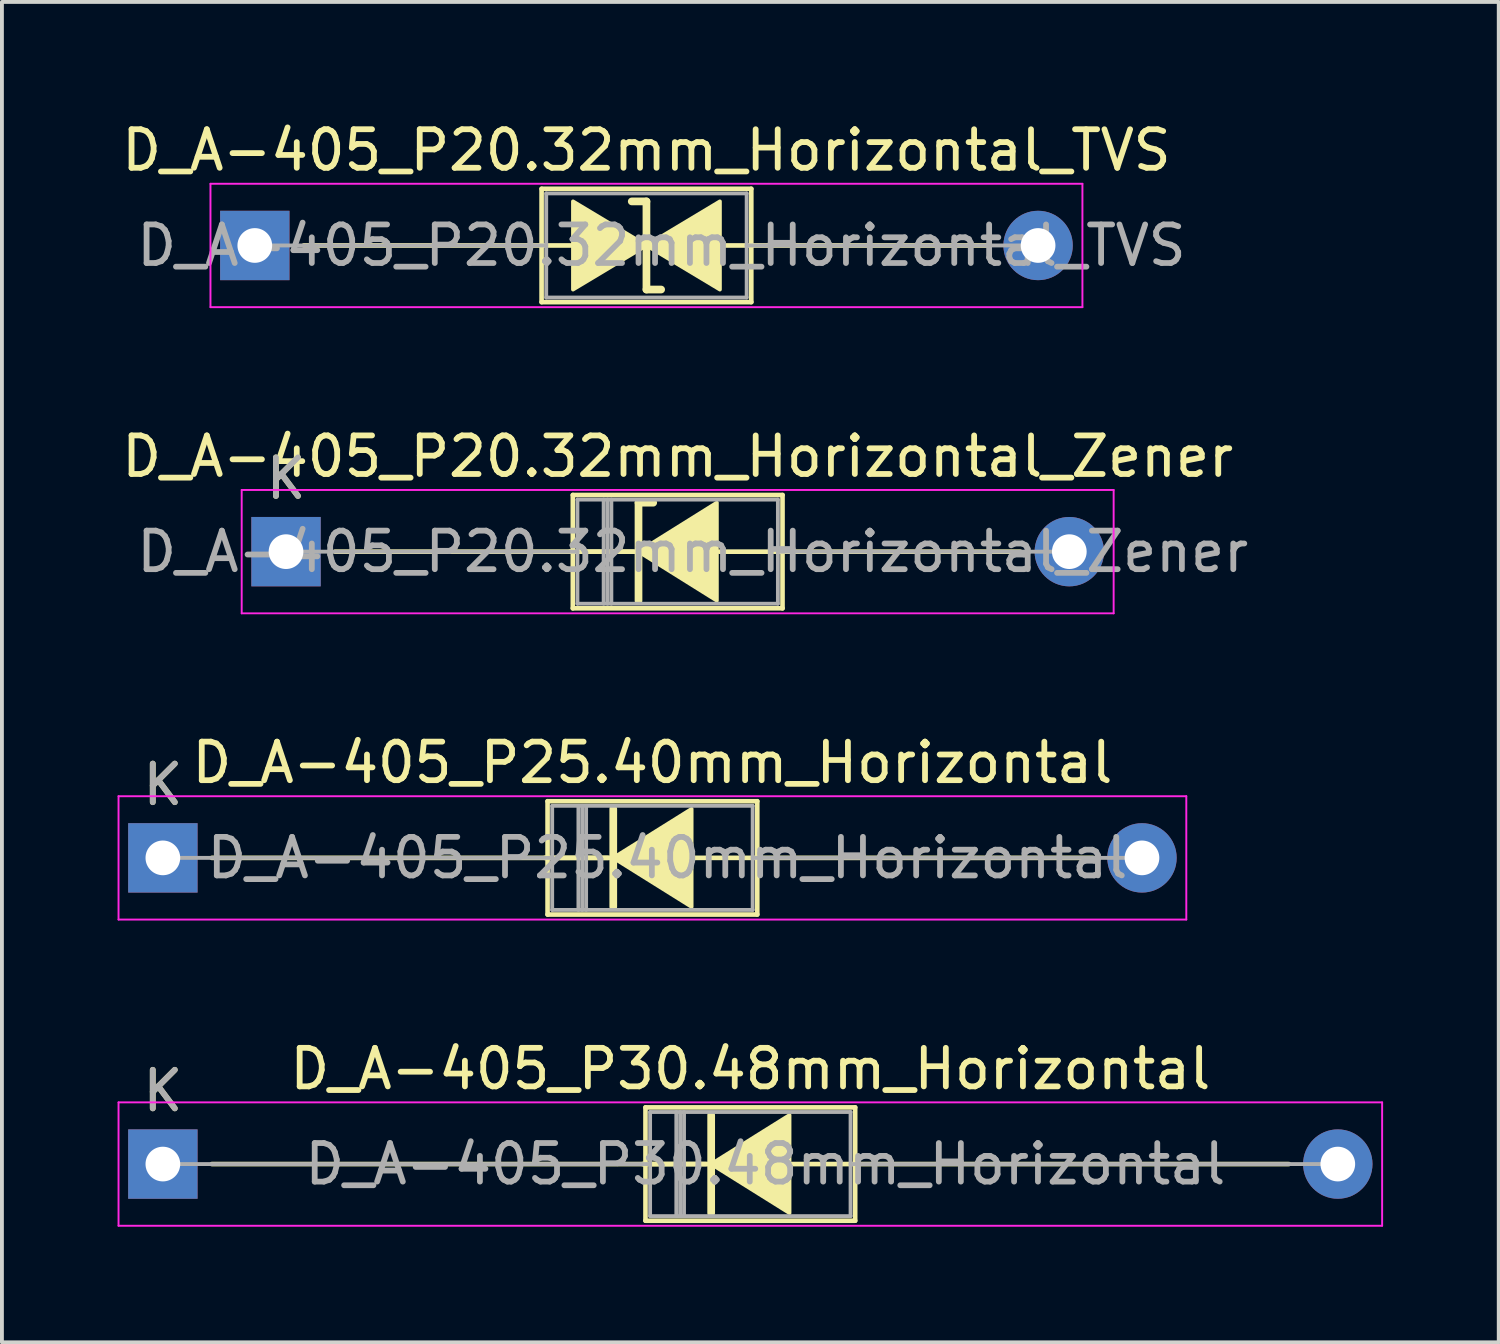
<source format=kicad_pcb>
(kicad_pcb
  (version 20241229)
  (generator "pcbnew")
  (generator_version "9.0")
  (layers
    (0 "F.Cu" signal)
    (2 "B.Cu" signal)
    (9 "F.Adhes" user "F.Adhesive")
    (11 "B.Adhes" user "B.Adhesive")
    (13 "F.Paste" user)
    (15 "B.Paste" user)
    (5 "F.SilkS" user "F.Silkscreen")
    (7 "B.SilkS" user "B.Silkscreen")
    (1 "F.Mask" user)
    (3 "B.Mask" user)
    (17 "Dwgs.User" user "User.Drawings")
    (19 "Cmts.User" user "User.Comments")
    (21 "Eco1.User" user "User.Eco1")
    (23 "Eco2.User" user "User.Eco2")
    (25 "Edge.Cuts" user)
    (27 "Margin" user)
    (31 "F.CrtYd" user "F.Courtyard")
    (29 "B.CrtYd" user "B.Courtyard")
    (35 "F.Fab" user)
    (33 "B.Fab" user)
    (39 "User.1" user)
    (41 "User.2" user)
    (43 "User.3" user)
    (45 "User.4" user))
  (footprint "D_A-405_P25.40mm_Horizontal"
    (layer "F.Cu")
    (at 1.175 19.205)
    (property "Reference" "D_A-405_P25.40mm_Horizontal" (at 12.7 -2.47 0) (layer "F.SilkS") (effects (font (size 1 1) (thickness 0.15))))
    (attr through_hole)
    (fp_line (start 1.27 0) (end 9.98 0) (stroke (width 0.12) (type solid)) (layer "F.SilkS"))
    (fp_line (start 9.98 -1.47) (end 9.98 1.47) (stroke (width 0.12) (type solid)) (layer "F.SilkS"))
    (fp_line (start 9.98 1.47) (end 15.42 1.47) (stroke (width 0.12) (type solid)) (layer "F.SilkS"))
    (fp_line (start 10.15 0) (end 11.55 0) (stroke (width 0.12) (type solid)) (layer "F.SilkS"))
    (fp_line (start 11.684 -1.27) (end 11.684 1.27) (stroke (width 0.2) (type solid)) (layer "F.SilkS"))
    (fp_line (start 11.684 0) (end 9.906 0) (stroke (width 0.12) (type solid)) (layer "F.SilkS"))
    (fp_line (start 15.42 -1.47) (end 9.98 -1.47) (stroke (width 0.12) (type solid)) (layer "F.SilkS"))
    (fp_line (start 15.42 0) (end 13.78 0) (stroke (width 0.12) (type solid)) (layer "F.SilkS"))
    (fp_line (start 15.42 1.47) (end 15.42 -1.47) (stroke (width 0.12) (type solid)) (layer "F.SilkS"))
    (fp_line (start 24.13 0) (end 15.42 0) (stroke (width 0.12) (type solid)) (layer "F.SilkS"))
    (fp_poly (pts (xy 13.716 1.27) (xy 11.684 0) (xy 13.716 -1.27)) (stroke (width 0.1) (type solid)) (fill yes) (layer "F.SilkS"))
    (fp_line (start -1.15 -1.6) (end -1.15 1.6) (stroke (width 0.05) (type solid)) (layer "F.CrtYd"))
    (fp_line (start -1.15 1.6) (end 26.55 1.6) (stroke (width 0.05) (type solid)) (layer "F.CrtYd"))
    (fp_line (start 26.55 -1.6) (end -1.15 -1.6) (stroke (width 0.05) (type solid)) (layer "F.CrtYd"))
    (fp_line (start 26.55 1.6) (end 26.55 -1.6) (stroke (width 0.05) (type solid)) (layer "F.CrtYd"))
    (fp_line (start 0 0) (end 10.1 0) (stroke (width 0.1) (type solid)) (layer "F.Fab"))
    (fp_line (start 10.1 -1.35) (end 10.1 1.35) (stroke (width 0.1) (type solid)) (layer "F.Fab"))
    (fp_line (start 10.1 1.35) (end 15.3 1.35) (stroke (width 0.1) (type solid)) (layer "F.Fab"))
    (fp_line (start 10.78 -1.35) (end 10.78 1.35) (stroke (width 0.1) (type solid)) (layer "F.Fab"))
    (fp_line (start 10.88 -1.35) (end 10.88 1.35) (stroke (width 0.1) (type solid)) (layer "F.Fab"))
    (fp_line (start 10.98 -1.35) (end 10.98 1.35) (stroke (width 0.1) (type solid)) (layer "F.Fab"))
    (fp_line (start 15.3 -1.35) (end 10.1 -1.35) (stroke (width 0.1) (type solid)) (layer "F.Fab"))
    (fp_line (start 15.3 1.35) (end 15.3 -1.35) (stroke (width 0.1) (type solid)) (layer "F.Fab"))
    (fp_line (start 25.4 0) (end 15.3 0) (stroke (width 0.1) (type solid)) (layer "F.Fab"))
    (fp_text user "K" (at 0 -1.9 0) (layer "F.SilkS") (effects (font (size 1 1) (thickness 0.15))))
    (fp_text user "${REFERENCE}" (at 13.09 0 0) (layer "F.Fab") (effects (font (size 1 1) (thickness 0.15))))
    (fp_text user "K" (at 0 -1.9 0) (layer "F.Fab") (effects (font (size 1 1) (thickness 0.15))))
    (pad "1" thru_hole rect (at 0 0) (size 1.8 1.8) (drill 0.9) (layers "*.Cu" "*.Mask"))
    (pad "2" thru_hole oval (at 25.4 0) (size 1.8 1.8) (drill 0.9) (layers "*.Cu" "*.Mask")))
  (footprint "D_A-405_P30.48mm_Horizontal"
    (layer "F.Cu")
    (at 1.175 27.148)
    (property "Reference" "D_A-405_P30.48mm_Horizontal" (at 15.24 -2.47 0) (layer "F.SilkS") (effects (font (size 1 1) (thickness 0.15))))
    (attr through_hole)
    (fp_line (start 1.27 0) (end 12.52 0) (stroke (width 0.12) (type solid)) (layer "F.SilkS"))
    (fp_line (start 12.52 -1.47) (end 12.52 1.47) (stroke (width 0.12) (type solid)) (layer "F.SilkS"))
    (fp_line (start 12.52 1.47) (end 17.96 1.47) (stroke (width 0.12) (type solid)) (layer "F.SilkS"))
    (fp_line (start 12.69 0) (end 14.09 0) (stroke (width 0.12) (type solid)) (layer "F.SilkS"))
    (fp_line (start 14.224 -1.27) (end 14.224 1.27) (stroke (width 0.2) (type solid)) (layer "F.SilkS"))
    (fp_line (start 14.224 0) (end 12.446 0) (stroke (width 0.12) (type solid)) (layer "F.SilkS"))
    (fp_line (start 17.96 -1.47) (end 12.52 -1.47) (stroke (width 0.12) (type solid)) (layer "F.SilkS"))
    (fp_line (start 17.96 0) (end 16.32 0) (stroke (width 0.12) (type solid)) (layer "F.SilkS"))
    (fp_line (start 17.96 1.47) (end 17.96 -1.47) (stroke (width 0.12) (type solid)) (layer "F.SilkS"))
    (fp_line (start 29.21 0) (end 17.96 0) (stroke (width 0.12) (type solid)) (layer "F.SilkS"))
    (fp_poly (pts (xy 16.256 1.27) (xy 14.224 0) (xy 16.256 -1.27)) (stroke (width 0.1) (type solid)) (fill yes) (layer "F.SilkS"))
    (fp_line (start -1.15 -1.6) (end -1.15 1.6) (stroke (width 0.05) (type solid)) (layer "F.CrtYd"))
    (fp_line (start -1.15 1.6) (end 31.63 1.6) (stroke (width 0.05) (type solid)) (layer "F.CrtYd"))
    (fp_line (start 31.63 -1.6) (end -1.15 -1.6) (stroke (width 0.05) (type solid)) (layer "F.CrtYd"))
    (fp_line (start 31.63 1.6) (end 31.63 -1.6) (stroke (width 0.05) (type solid)) (layer "F.CrtYd"))
    (fp_line (start 0 0) (end 12.64 0) (stroke (width 0.1) (type solid)) (layer "F.Fab"))
    (fp_line (start 12.64 -1.35) (end 12.64 1.35) (stroke (width 0.1) (type solid)) (layer "F.Fab"))
    (fp_line (start 12.64 1.35) (end 17.84 1.35) (stroke (width 0.1) (type solid)) (layer "F.Fab"))
    (fp_line (start 13.32 -1.35) (end 13.32 1.35) (stroke (width 0.1) (type solid)) (layer "F.Fab"))
    (fp_line (start 13.42 -1.35) (end 13.42 1.35) (stroke (width 0.1) (type solid)) (layer "F.Fab"))
    (fp_line (start 13.52 -1.35) (end 13.52 1.35) (stroke (width 0.1) (type solid)) (layer "F.Fab"))
    (fp_line (start 17.84 -1.35) (end 12.64 -1.35) (stroke (width 0.1) (type solid)) (layer "F.Fab"))
    (fp_line (start 17.84 1.35) (end 17.84 -1.35) (stroke (width 0.1) (type solid)) (layer "F.Fab"))
    (fp_line (start 30.48 0) (end 17.84 0) (stroke (width 0.1) (type solid)) (layer "F.Fab"))
    (fp_text user "K" (at 0 -1.9 0) (layer "F.SilkS") (effects (font (size 1 1) (thickness 0.15))))
    (fp_text user "${REFERENCE}" (at 15.63 0 0) (layer "F.Fab") (effects (font (size 1 1) (thickness 0.15))))
    (fp_text user "K" (at 0 -1.9 0) (layer "F.Fab") (effects (font (size 1 1) (thickness 0.15))))
    (pad "1" thru_hole rect (at 0 0) (size 1.8 1.8) (drill 0.9) (layers "*.Cu" "*.Mask"))
    (pad "2" thru_hole oval (at 30.48 0) (size 1.8 1.8) (drill 0.9) (layers "*.Cu" "*.Mask")))
  (footprint "D_A-405_P20.32mm_Horizontal_Zener"
    (layer "F.Cu")
    (at 4.37 11.261)
    (property "Reference" "D_A-405_P20.32mm_Horizontal_Zener" (at 10.16 -2.47 0) (layer "F.SilkS") (effects (font (size 1 1) (thickness 0.15))))
    (attr through_hole)
    (fp_line (start 1.27 0) (end 7.44 0) (stroke (width 0.12) (type solid)) (layer "F.SilkS"))
    (fp_line (start 7.44 -1.47) (end 7.44 1.47) (stroke (width 0.12) (type solid)) (layer "F.SilkS"))
    (fp_line (start 7.44 1.47) (end 12.88 1.47) (stroke (width 0.12) (type solid)) (layer "F.SilkS"))
    (fp_line (start 7.61 0) (end 9.144 0) (stroke (width 0.12) (type solid)) (layer "F.SilkS"))
    (fp_line (start 9.01 0) (end 7.366 0) (stroke (width 0.12) (type solid)) (layer "F.SilkS"))
    (fp_line (start 9.144 -1.27) (end 9.144 1.27) (stroke (width 0.2) (type solid)) (layer "F.SilkS"))
    (fp_line (start 9.144 -1.27) (end 9.525 -1.27) (stroke (width 0.2) (type solid)) (layer "F.SilkS"))
    (fp_line (start 12.88 -1.47) (end 7.44 -1.47) (stroke (width 0.12) (type solid)) (layer "F.SilkS"))
    (fp_line (start 12.88 0) (end 11.239 0) (stroke (width 0.12) (type solid)) (layer "F.SilkS"))
    (fp_line (start 12.88 1.47) (end 12.88 -1.47) (stroke (width 0.12) (type solid)) (layer "F.SilkS"))
    (fp_line (start 19.05 0) (end 12.88 0) (stroke (width 0.12) (type solid)) (layer "F.SilkS"))
    (fp_poly (pts (xy 11.176 1.27) (xy 9.144 0) (xy 11.176 -1.27)) (stroke (width 0.1) (type solid)) (fill yes) (layer "F.SilkS"))
    (fp_line (start -1.15 -1.6) (end -1.15 1.6) (stroke (width 0.05) (type solid)) (layer "F.CrtYd"))
    (fp_line (start -1.15 1.6) (end 21.47 1.6) (stroke (width 0.05) (type solid)) (layer "F.CrtYd"))
    (fp_line (start 21.47 -1.6) (end -1.15 -1.6) (stroke (width 0.05) (type solid)) (layer "F.CrtYd"))
    (fp_line (start 21.47 1.6) (end 21.47 -1.6) (stroke (width 0.05) (type solid)) (layer "F.CrtYd"))
    (fp_line (start 0 0) (end 7.56 0) (stroke (width 0.1) (type solid)) (layer "F.Fab"))
    (fp_line (start 7.56 -1.35) (end 7.56 1.35) (stroke (width 0.1) (type solid)) (layer "F.Fab"))
    (fp_line (start 7.56 1.35) (end 12.76 1.35) (stroke (width 0.1) (type solid)) (layer "F.Fab"))
    (fp_line (start 8.24 -1.35) (end 8.24 1.35) (stroke (width 0.1) (type solid)) (layer "F.Fab"))
    (fp_line (start 8.34 -1.35) (end 8.34 1.35) (stroke (width 0.1) (type solid)) (layer "F.Fab"))
    (fp_line (start 8.44 -1.35) (end 8.44 1.35) (stroke (width 0.1) (type solid)) (layer "F.Fab"))
    (fp_line (start 12.76 -1.35) (end 7.56 -1.35) (stroke (width 0.1) (type solid)) (layer "F.Fab"))
    (fp_line (start 12.76 1.35) (end 12.76 -1.35) (stroke (width 0.1) (type solid)) (layer "F.Fab"))
    (fp_line (start 20.32 0) (end 12.76 0) (stroke (width 0.1) (type solid)) (layer "F.Fab"))
    (fp_text user "K" (at 0 -1.9 0) (layer "F.SilkS") (effects (font (size 1 1) (thickness 0.15))))
    (fp_text user "K" (at 0 -1.9 0) (layer "F.Fab") (effects (font (size 1 1) (thickness 0.15))))
    (fp_text user "${REFERENCE}" (at 10.55 0 0) (layer "F.Fab") (effects (font (size 1 1) (thickness 0.15))))
    (pad "1" thru_hole rect (at 0 0) (size 1.8 1.8) (drill 0.9) (layers "*.Cu" "*.Mask"))
    (pad "2" thru_hole oval (at 20.32 0) (size 1.8 1.8) (drill 0.9) (layers "*.Cu" "*.Mask")))
  (footprint "D_A-405_P20.32mm_Horizontal_TVS"
    (layer "F.Cu")
    (at 3.56 3.318)
    (property "Reference" "D_A-405_P20.32mm_Horizontal_TVS" (at 10.16 -2.47 0) (layer "F.SilkS") (effects (font (size 1 1) (thickness 0.15))))
    (attr through_hole)
    (fp_line (start 1.27 0) (end 7.44 0) (stroke (width 0.12) (type solid)) (layer "F.SilkS"))
    (fp_line (start 7.44 -1.47) (end 7.44 1.47) (stroke (width 0.12) (type solid)) (layer "F.SilkS"))
    (fp_line (start 7.44 0) (end 8.255 0) (stroke (width 0.12) (type solid)) (layer "F.SilkS"))
    (fp_line (start 7.44 1.47) (end 12.88 1.47) (stroke (width 0.12) (type solid)) (layer "F.SilkS"))
    (fp_line (start 10.16 -1.143) (end 9.779 -1.143) (stroke (width 0.2) (type solid)) (layer "F.SilkS"))
    (fp_line (start 10.16 1.143) (end 10.16 -1.143) (stroke (width 0.2) (type solid)) (layer "F.SilkS"))
    (fp_line (start 10.541 1.143) (end 10.16 1.143) (stroke (width 0.2) (type solid)) (layer "F.SilkS"))
    (fp_line (start 12.88 -1.47) (end 7.44 -1.47) (stroke (width 0.12) (type solid)) (layer "F.SilkS"))
    (fp_line (start 12.88 0) (end 12.065 0) (stroke (width 0.12) (type solid)) (layer "F.SilkS"))
    (fp_line (start 12.88 1.47) (end 12.88 -1.47) (stroke (width 0.12) (type solid)) (layer "F.SilkS"))
    (fp_line (start 19.05 0) (end 12.88 0) (stroke (width 0.12) (type solid)) (layer "F.SilkS"))
    (fp_poly (pts (xy 10.16 0) (xy 8.255 1.143) (xy 8.255 -1.143)) (stroke (width 0.1) (type solid)) (fill yes) (layer "F.SilkS"))
    (fp_poly (pts (xy 10.16 0) (xy 12.065 -1.143) (xy 12.065 1.143)) (stroke (width 0.1) (type solid)) (fill yes) (layer "F.SilkS"))
    (fp_line (start -1.15 -1.6) (end -1.15 1.6) (stroke (width 0.05) (type solid)) (layer "F.CrtYd"))
    (fp_line (start -1.15 1.6) (end 21.47 1.6) (stroke (width 0.05) (type solid)) (layer "F.CrtYd"))
    (fp_line (start 21.47 -1.6) (end -1.15 -1.6) (stroke (width 0.05) (type solid)) (layer "F.CrtYd"))
    (fp_line (start 21.47 1.6) (end 21.47 -1.6) (stroke (width 0.05) (type solid)) (layer "F.CrtYd"))
    (fp_line (start 0 0) (end 7.56 0) (stroke (width 0.1) (type solid)) (layer "F.Fab"))
    (fp_line (start 7.56 -1.35) (end 7.56 1.35) (stroke (width 0.1) (type solid)) (layer "F.Fab"))
    (fp_line (start 7.56 1.35) (end 12.76 1.35) (stroke (width 0.1) (type solid)) (layer "F.Fab"))
    (fp_line (start 12.76 -1.35) (end 7.56 -1.35) (stroke (width 0.1) (type solid)) (layer "F.Fab"))
    (fp_line (start 12.76 1.35) (end 12.76 -1.35) (stroke (width 0.1) (type solid)) (layer "F.Fab"))
    (fp_line (start 20.32 0) (end 12.76 0) (stroke (width 0.1) (type solid)) (layer "F.Fab"))
    (fp_text user "${REFERENCE}" (at 10.55 0 0) (layer "F.Fab") (effects (font (size 1 1) (thickness 0.15))))
    (pad "1" thru_hole rect (at 0 0) (size 1.8 1.8) (drill 0.9) (layers "*.Cu" "*.Mask"))
    (pad "2" thru_hole oval (at 20.32 0) (size 1.8 1.8) (drill 0.9) (layers "*.Cu" "*.Mask")))
  (gr_rect
    (start -3 -3)
    (end 35.83 31.773)
    (stroke (width 0.1) (type default))
    (fill no)
    (layer "Edge.Cuts")))
</source>
